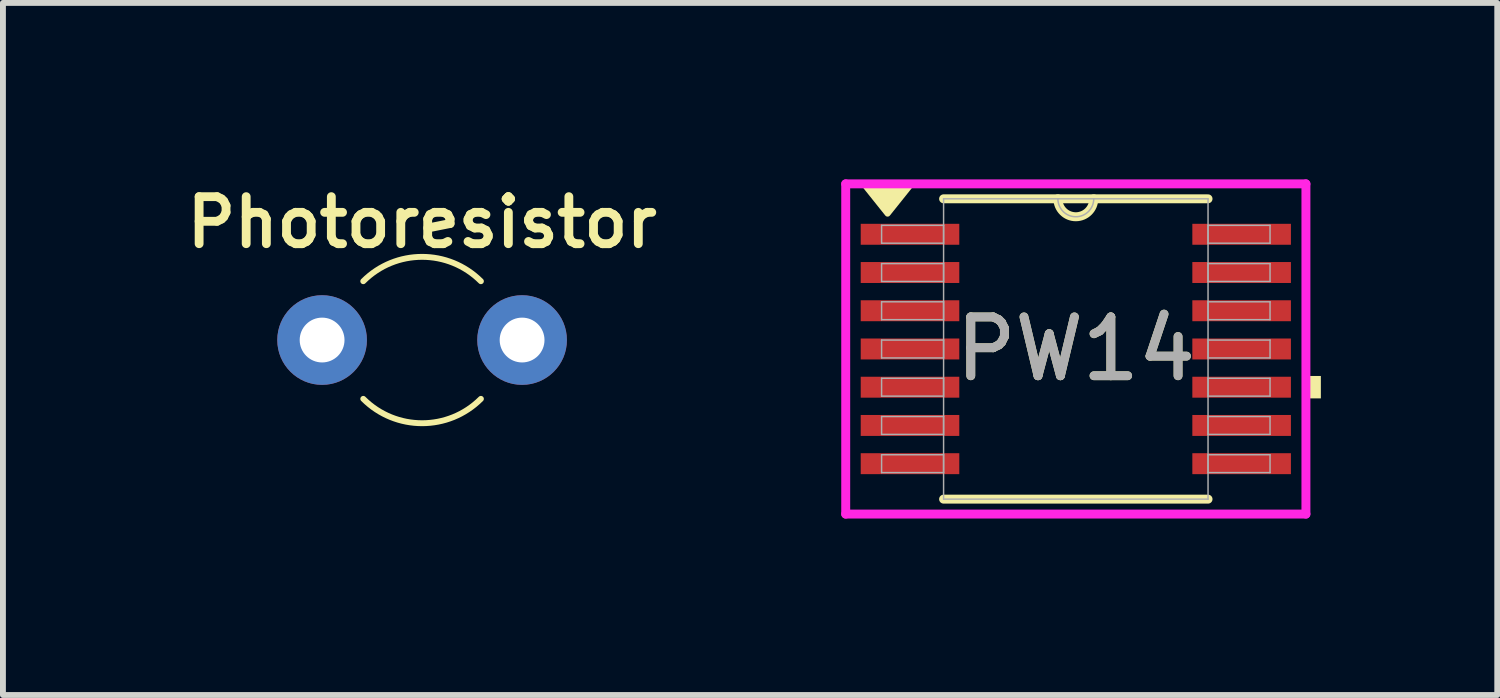
<source format=kicad_pcb>
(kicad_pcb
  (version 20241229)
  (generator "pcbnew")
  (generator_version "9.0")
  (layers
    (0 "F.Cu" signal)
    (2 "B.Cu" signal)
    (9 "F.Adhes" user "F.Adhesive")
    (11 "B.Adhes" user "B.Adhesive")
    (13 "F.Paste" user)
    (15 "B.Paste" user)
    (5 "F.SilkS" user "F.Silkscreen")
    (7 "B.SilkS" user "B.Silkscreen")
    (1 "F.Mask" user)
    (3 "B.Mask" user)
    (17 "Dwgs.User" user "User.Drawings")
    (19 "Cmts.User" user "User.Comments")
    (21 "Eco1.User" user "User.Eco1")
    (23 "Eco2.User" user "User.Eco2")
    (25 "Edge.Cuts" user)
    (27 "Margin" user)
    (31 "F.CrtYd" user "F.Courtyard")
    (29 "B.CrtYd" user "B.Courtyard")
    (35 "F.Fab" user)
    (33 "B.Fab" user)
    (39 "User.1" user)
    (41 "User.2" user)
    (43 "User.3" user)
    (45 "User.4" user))
  (footprint "PW14"
    (layer "F.Cu")
    (at 15.24 2.883)
    (property "Reference" "PW14" (at 0 0 0) (unlocked yes) (layer "F.SilkS") (effects (font (size 1 1) (thickness 0.15))))
    (attr smd)
    (fp_line (start -2.248 2.553) (end 2.248 2.553) (stroke (width 0.152) (type solid)) (layer "F.SilkS"))
    (fp_line (start 2.248 -2.553) (end -2.248 -2.553) (stroke (width 0.152) (type solid)) (layer "F.SilkS"))
    (fp_arc (start 0.3048 -2.5527) (mid 0 -2.2479) (end -0.3048 -2.5527) (stroke (width 0.1524) (type solid)) (layer "F.SilkS"))
    (fp_poly (pts (xy -3.2 -2.3) (xy -2.8 -2.8) (xy -3.6 -2.8)) (stroke (width 0.1) (type solid)) (fill yes) (layer "F.SilkS"))
    (fp_poly (pts (xy 4.166 0.459) (xy 4.166 0.84) (xy 3.912 0.84) (xy 3.912 0.459)) (stroke (width 0) (type solid)) (fill yes) (layer "F.SilkS"))
    (fp_line (start -3.912 -2.807) (end 3.912 -2.807) (stroke (width 0.152) (type solid)) (layer "F.CrtYd"))
    (fp_line (start -3.912 2.807) (end -3.912 -2.807) (stroke (width 0.152) (type solid)) (layer "F.CrtYd"))
    (fp_line (start 3.912 -2.807) (end 3.912 2.807) (stroke (width 0.152) (type solid)) (layer "F.CrtYd"))
    (fp_line (start 3.912 2.807) (end -3.912 2.807) (stroke (width 0.152) (type solid)) (layer "F.CrtYd"))
    (fp_line (start -3.302 -2.102) (end -3.302 -1.798) (stroke (width 0.025) (type solid)) (layer "F.Fab"))
    (fp_line (start -3.302 -1.798) (end -2.248 -1.798) (stroke (width 0.025) (type solid)) (layer "F.Fab"))
    (fp_line (start -3.302 -1.452) (end -3.302 -1.148) (stroke (width 0.025) (type solid)) (layer "F.Fab"))
    (fp_line (start -3.302 -1.148) (end -2.248 -1.148) (stroke (width 0.025) (type solid)) (layer "F.Fab"))
    (fp_line (start -3.302 -0.802) (end -3.302 -0.498) (stroke (width 0.025) (type solid)) (layer "F.Fab"))
    (fp_line (start -3.302 -0.498) (end -2.248 -0.498) (stroke (width 0.025) (type solid)) (layer "F.Fab"))
    (fp_line (start -3.302 -0.152) (end -3.302 0.152) (stroke (width 0.025) (type solid)) (layer "F.Fab"))
    (fp_line (start -3.302 0.152) (end -2.248 0.152) (stroke (width 0.025) (type solid)) (layer "F.Fab"))
    (fp_line (start -3.302 0.498) (end -3.302 0.802) (stroke (width 0.025) (type solid)) (layer "F.Fab"))
    (fp_line (start -3.302 0.802) (end -2.248 0.802) (stroke (width 0.025) (type solid)) (layer "F.Fab"))
    (fp_line (start -3.302 1.148) (end -3.302 1.452) (stroke (width 0.025) (type solid)) (layer "F.Fab"))
    (fp_line (start -3.302 1.452) (end -2.248 1.452) (stroke (width 0.025) (type solid)) (layer "F.Fab"))
    (fp_line (start -3.302 1.798) (end -3.302 2.102) (stroke (width 0.025) (type solid)) (layer "F.Fab"))
    (fp_line (start -3.302 2.102) (end -2.248 2.102) (stroke (width 0.025) (type solid)) (layer "F.Fab"))
    (fp_line (start -2.248 -2.553) (end -2.248 2.553) (stroke (width 0.025) (type solid)) (layer "F.Fab"))
    (fp_line (start -2.248 -2.102) (end -3.302 -2.102) (stroke (width 0.025) (type solid)) (layer "F.Fab"))
    (fp_line (start -2.248 -1.798) (end -2.248 -2.102) (stroke (width 0.025) (type solid)) (layer "F.Fab"))
    (fp_line (start -2.248 -1.452) (end -3.302 -1.452) (stroke (width 0.025) (type solid)) (layer "F.Fab"))
    (fp_line (start -2.248 -1.148) (end -2.248 -1.452) (stroke (width 0.025) (type solid)) (layer "F.Fab"))
    (fp_line (start -2.248 -0.802) (end -3.302 -0.802) (stroke (width 0.025) (type solid)) (layer "F.Fab"))
    (fp_line (start -2.248 -0.498) (end -2.248 -0.802) (stroke (width 0.025) (type solid)) (layer "F.Fab"))
    (fp_line (start -2.248 -0.152) (end -3.302 -0.152) (stroke (width 0.025) (type solid)) (layer "F.Fab"))
    (fp_line (start -2.248 0.152) (end -2.248 -0.152) (stroke (width 0.025) (type solid)) (layer "F.Fab"))
    (fp_line (start -2.248 0.498) (end -3.302 0.498) (stroke (width 0.025) (type solid)) (layer "F.Fab"))
    (fp_line (start -2.248 0.802) (end -2.248 0.498) (stroke (width 0.025) (type solid)) (layer "F.Fab"))
    (fp_line (start -2.248 1.148) (end -3.302 1.148) (stroke (width 0.025) (type solid)) (layer "F.Fab"))
    (fp_line (start -2.248 1.452) (end -2.248 1.148) (stroke (width 0.025) (type solid)) (layer "F.Fab"))
    (fp_line (start -2.248 1.798) (end -3.302 1.798) (stroke (width 0.025) (type solid)) (layer "F.Fab"))
    (fp_line (start -2.248 2.102) (end -2.248 1.798) (stroke (width 0.025) (type solid)) (layer "F.Fab"))
    (fp_line (start -2.248 2.553) (end 2.248 2.553) (stroke (width 0.025) (type solid)) (layer "F.Fab"))
    (fp_line (start 2.248 -2.553) (end -2.248 -2.553) (stroke (width 0.025) (type solid)) (layer "F.Fab"))
    (fp_line (start 2.248 -2.102) (end 2.248 -1.798) (stroke (width 0.025) (type solid)) (layer "F.Fab"))
    (fp_line (start 2.248 -1.798) (end 3.302 -1.798) (stroke (width 0.025) (type solid)) (layer "F.Fab"))
    (fp_line (start 2.248 -1.452) (end 2.248 -1.148) (stroke (width 0.025) (type solid)) (layer "F.Fab"))
    (fp_line (start 2.248 -1.148) (end 3.302 -1.148) (stroke (width 0.025) (type solid)) (layer "F.Fab"))
    (fp_line (start 2.248 -0.802) (end 2.248 -0.498) (stroke (width 0.025) (type solid)) (layer "F.Fab"))
    (fp_line (start 2.248 -0.498) (end 3.302 -0.498) (stroke (width 0.025) (type solid)) (layer "F.Fab"))
    (fp_line (start 2.248 -0.152) (end 2.248 0.152) (stroke (width 0.025) (type solid)) (layer "F.Fab"))
    (fp_line (start 2.248 0.152) (end 3.302 0.152) (stroke (width 0.025) (type solid)) (layer "F.Fab"))
    (fp_line (start 2.248 0.498) (end 2.248 0.802) (stroke (width 0.025) (type solid)) (layer "F.Fab"))
    (fp_line (start 2.248 0.802) (end 3.302 0.802) (stroke (width 0.025) (type solid)) (layer "F.Fab"))
    (fp_line (start 2.248 1.148) (end 2.248 1.452) (stroke (width 0.025) (type solid)) (layer "F.Fab"))
    (fp_line (start 2.248 1.452) (end 3.302 1.452) (stroke (width 0.025) (type solid)) (layer "F.Fab"))
    (fp_line (start 2.248 1.798) (end 2.248 2.102) (stroke (width 0.025) (type solid)) (layer "F.Fab"))
    (fp_line (start 2.248 2.102) (end 3.302 2.102) (stroke (width 0.025) (type solid)) (layer "F.Fab"))
    (fp_line (start 2.248 2.553) (end 2.248 -2.553) (stroke (width 0.025) (type solid)) (layer "F.Fab"))
    (fp_line (start 3.302 -2.102) (end 2.248 -2.102) (stroke (width 0.025) (type solid)) (layer "F.Fab"))
    (fp_line (start 3.302 -1.798) (end 3.302 -2.102) (stroke (width 0.025) (type solid)) (layer "F.Fab"))
    (fp_line (start 3.302 -1.452) (end 2.248 -1.452) (stroke (width 0.025) (type solid)) (layer "F.Fab"))
    (fp_line (start 3.302 -1.148) (end 3.302 -1.452) (stroke (width 0.025) (type solid)) (layer "F.Fab"))
    (fp_line (start 3.302 -0.802) (end 2.248 -0.802) (stroke (width 0.025) (type solid)) (layer "F.Fab"))
    (fp_line (start 3.302 -0.498) (end 3.302 -0.802) (stroke (width 0.025) (type solid)) (layer "F.Fab"))
    (fp_line (start 3.302 -0.152) (end 2.248 -0.152) (stroke (width 0.025) (type solid)) (layer "F.Fab"))
    (fp_line (start 3.302 0.152) (end 3.302 -0.152) (stroke (width 0.025) (type solid)) (layer "F.Fab"))
    (fp_line (start 3.302 0.498) (end 2.248 0.498) (stroke (width 0.025) (type solid)) (layer "F.Fab"))
    (fp_line (start 3.302 0.802) (end 3.302 0.498) (stroke (width 0.025) (type solid)) (layer "F.Fab"))
    (fp_line (start 3.302 1.148) (end 2.248 1.148) (stroke (width 0.025) (type solid)) (layer "F.Fab"))
    (fp_line (start 3.302 1.452) (end 3.302 1.148) (stroke (width 0.025) (type solid)) (layer "F.Fab"))
    (fp_line (start 3.302 1.798) (end 2.248 1.798) (stroke (width 0.025) (type solid)) (layer "F.Fab"))
    (fp_line (start 3.302 2.102) (end 3.302 1.798) (stroke (width 0.025) (type solid)) (layer "F.Fab"))
    (fp_arc (start 0.3048 -2.5527) (mid 0 -2.2479) (end -0.3048 -2.5527) (stroke (width 0.0254) (type solid)) (layer "F.Fab"))
    (fp_text user "${REFERENCE}" (at 0 0 0) (unlocked yes) (layer "F.Fab") (effects (font (size 1 1) (thickness 0.15))))
    (pad "1" smd rect (at -2.819 -1.95) (size 1.676 0.356) (layers "F.Cu" "F.Mask" "F.Paste"))
    (pad "2" smd rect (at -2.819 -1.3) (size 1.676 0.356) (layers "F.Cu" "F.Mask" "F.Paste"))
    (pad "3" smd rect (at -2.819 -0.65) (size 1.676 0.356) (layers "F.Cu" "F.Mask" "F.Paste"))
    (pad "4" smd rect (at -2.819 0) (size 1.676 0.356) (layers "F.Cu" "F.Mask" "F.Paste"))
    (pad "5" smd rect (at -2.819 0.65) (size 1.676 0.356) (layers "F.Cu" "F.Mask" "F.Paste"))
    (pad "6" smd rect (at -2.819 1.3) (size 1.676 0.356) (layers "F.Cu" "F.Mask" "F.Paste"))
    (pad "7" smd rect (at -2.819 1.95) (size 1.676 0.356) (layers "F.Cu" "F.Mask" "F.Paste"))
    (pad "8" smd rect (at 2.819 1.95) (size 1.676 0.356) (layers "F.Cu" "F.Mask" "F.Paste"))
    (pad "9" smd rect (at 2.819 1.3) (size 1.676 0.356) (layers "F.Cu" "F.Mask" "F.Paste"))
    (pad "10" smd rect (at 2.819 0.65) (size 1.676 0.356) (layers "F.Cu" "F.Mask" "F.Paste"))
    (pad "11" smd rect (at 2.819 0) (size 1.676 0.356) (layers "F.Cu" "F.Mask" "F.Paste"))
    (pad "12" smd rect (at 2.819 -0.65) (size 1.676 0.356) (layers "F.Cu" "F.Mask" "F.Paste"))
    (pad "13" smd rect (at 2.819 -1.3) (size 1.676 0.356) (layers "F.Cu" "F.Mask" "F.Paste"))
    (pad "14" smd rect (at 2.819 -1.95) (size 1.676 0.356) (layers "F.Cu" "F.Mask" "F.Paste")))
  (footprint "Photoresistor"
    (layer "F.Cu")
    (at 4.126 2.731)
    (property "Reference" "Photoresistor" (at 0 -2 0) (unlocked yes) (layer "F.SilkS") (effects (font (size 0.8 0.8) (thickness 0.15) (bold yes))))
    (attr through_hole)
    (fp_arc (start -1 -1) (mid 0 -1.414214) (end 1 -1) (stroke (width 0.1) (type default)) (layer "F.SilkS"))
    (fp_arc (start 1 1) (mid 0 1.414214) (end -1 1) (stroke (width 0.1) (type default)) (layer "F.SilkS"))
    (pad "1" thru_hole circle (at -1.7 0) (size 1.524 1.524) (drill 0.762) (layers "*.Cu" "*.Mask"))
    (pad "2" thru_hole circle (at 1.7 0) (size 1.524 1.524) (drill 0.762) (layers "*.Cu" "*.Mask")))
  (gr_rect
    (start -3 -3)
    (end 22.405 8.766)
    (stroke (width 0.1) (type default))
    (fill no)
    (layer "Edge.Cuts")))
</source>
